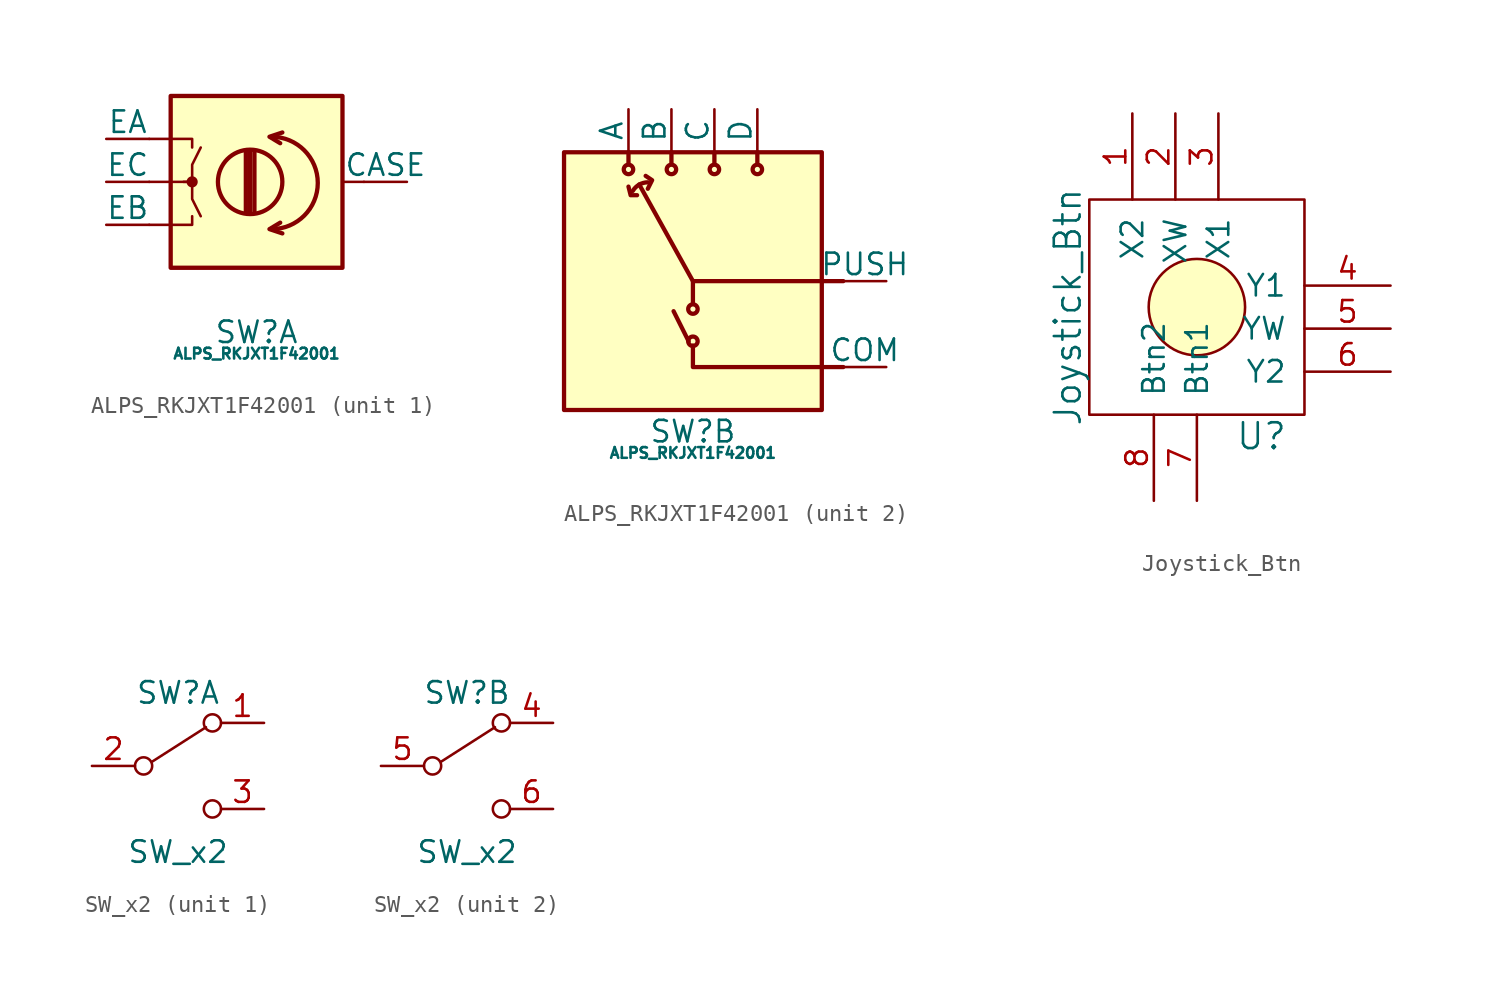
<source format=kicad_sym>
(kicad_symbol_lib
  (version 20211014)
  (generator kicad_symbol_editor)
  (symbol "ALPS_RKJXT1F42001"
    (pin_numbers hide)
    (pin_names
      (offset 0))
    (property "Reference" "SW"
      (at 0 -8.89 0)
      (effects (font (size 1.27 1.27))))
    (property "Value" "ALPS_RKJXT1F42001"
      (at 0 -10.16 0)
      (effects (font (size 0.635 0.635))))
    (property "ki_locked" ""
      (at 0 0 0)
      (effects (font (size 1.27 1.27))))
    (symbol "ALPS_RKJXT1F42001_1_1"
      (rectangle (start -5.08 5.08) (end 5.08 -5.08) (stroke (width 0.254) (type default) (color 0 0 0 0)) (fill (type background)))
      (circle (center -3.81 0) (radius 0.254) (stroke (width 0) (type default) (color 0 0 0 0)) (fill (type outline)))
      (circle (center -0.381 0) (radius 1.905) (stroke (width 0.254) (type default) (color 0 0 0 0)) (fill (type none)))
      (polyline (pts (xy -0.635 -1.778) (xy -0.635 1.778)) (stroke (width 0.254) (type default) (color 0 0 0 0)) (fill (type none)))
      (polyline (pts (xy -0.381 -1.778) (xy -0.381 1.778)) (stroke (width 0.254) (type default) (color 0 0 0 0)) (fill (type none)))
      (polyline (pts (xy -0.127 1.778) (xy -0.127 -1.778)) (stroke (width 0.254) (type default) (color 0 0 0 0)) (fill (type none)))
      (polyline (pts (xy 6.35 0) (xy 5.08 0)) (stroke (width 0) (type default) (color 0 0 0 0)) (fill (type none)))
      (polyline (pts (xy -6.35 -2.54) (xy -3.81 -2.54) (xy -3.81 -2.032)) (stroke (width 0) (type default) (color 0 0 0 0)) (fill (type none)))
      (polyline (pts (xy -6.35 2.54) (xy -3.81 2.54) (xy -3.81 2.032)) (stroke (width 0) (type default) (color 0 0 0 0)) (fill (type none)))
      (polyline (pts (xy 1.524 -3.048) (xy 0.762 -2.794) (xy 1.397 -2.413)) (stroke (width 0.254) (type default) (color 0 0 0 0)) (fill (type none)))
      (polyline (pts (xy 1.524 2.921) (xy 0.762 2.667) (xy 1.397 2.286)) (stroke (width 0.254) (type default) (color 0 0 0 0)) (fill (type none)))
      (polyline (pts (xy -6.35 0) (xy -3.81 0) (xy -3.81 -1.016) (xy -3.302 -2.032)) (stroke (width 0) (type default) (color 0 0 0 0)) (fill (type none)))
      (polyline (pts (xy -4.318 0) (xy -3.81 0) (xy -3.81 1.016) (xy -3.302 2.032)) (stroke (width 0) (type default) (color 0 0 0 0)) (fill (type none)))
      (arc (start 0.889 -2.794) (mid 3.6322 -0.0508) (end 0.889 2.667) (stroke (width 0.254) (type default) (color 0 0 0 0)) (fill (type none)))
      (pin passive line (at 8.89 0 180) (length 2.54) (name "CASE" (effects (font (size 1.27 1.27)))) (number "CASE" (effects (font (size 1.27 1.27)))))
      (pin passive line (at -8.89 2.54 0) (length 2.54) (name "EA" (effects (font (size 1.27 1.27)))) (number "EA" (effects (font (size 1.27 1.27)))))
      (pin passive line (at -8.89 -2.54 0) (length 2.54) (name "EB" (effects (font (size 1.27 1.27)))) (number "EB" (effects (font (size 1.27 1.27)))))
      (pin passive line (at -8.89 0 0) (length 2.54) (name "EC" (effects (font (size 1.27 1.27)))) (number "EC" (effects (font (size 1.27 1.27))))))
    (symbol "ALPS_RKJXT1F42001_2_1"
      (circle (center -3.81 6.604) (radius 0.279) (stroke (width 0.254) (type default) (color 0 0 0 0)) (fill (type none)))
      (arc (start -2.667 5.842) (mid -3.177 5.7047) (end -3.556 5.334) (stroke (width 0.254) (type default) (color 0 0 0 0)) (fill (type none)))
      (circle (center -1.27 6.604) (radius 0.279) (stroke (width 0.254) (type default) (color 0 0 0 0)) (fill (type none)))
      (circle (center 0 -3.556) (radius 0.279) (stroke (width 0.254) (type default) (color 0 0 0 0)) (fill (type none)))
      (circle (center 0 -1.651) (radius 0.279) (stroke (width 0.254) (type default) (color 0 0 0 0)) (fill (type none)))
      (polyline (pts (xy -3.81 7.62) (xy -3.81 6.985)) (stroke (width 0.254) (type default) (color 0 0 0 0)) (fill (type none)))
      (polyline (pts (xy -1.27 7.62) (xy -1.27 6.985)) (stroke (width 0.254) (type default) (color 0 0 0 0)) (fill (type none)))
      (polyline (pts (xy -0.254 -3.556) (xy -1.143 -1.778)) (stroke (width 0.254) (type default) (color 0 0 0 0)) (fill (type none)))
      (polyline (pts (xy 0 0) (xy 0 -1.27)) (stroke (width 0.254) (type default) (color 0 0 0 0)) (fill (type none)))
      (polyline (pts (xy 1.27 7.62) (xy 1.27 6.985)) (stroke (width 0.254) (type default) (color 0 0 0 0)) (fill (type none)))
      (polyline (pts (xy 3.81 7.62) (xy 3.81 6.985)) (stroke (width 0.254) (type default) (color 0 0 0 0)) (fill (type none)))
      (polyline (pts (xy 8.89 -5.08) (xy 7.62 -5.08)) (stroke (width 0.254) (type default) (color 0 0 0 0)) (fill (type none)))
      (polyline (pts (xy 8.89 0) (xy 7.62 0)) (stroke (width 0.254) (type default) (color 0 0 0 0)) (fill (type none)))
      (polyline (pts (xy -3.81 5.588) (xy -3.683 5.08) (xy -3.302 5.08)) (stroke (width 0.254) (type default) (color 0 0 0 0)) (fill (type none)))
      (polyline (pts (xy -2.794 6.223) (xy -2.413 5.969) (xy -2.667 5.461)) (stroke (width 0.254) (type default) (color 0 0 0 0)) (fill (type none)))
      (polyline (pts (xy 7.62 -5.08) (xy 0 -5.08) (xy 0 -3.81)) (stroke (width 0.254) (type default) (color 0 0 0 0)) (fill (type none)))
      (polyline (pts (xy 7.62 0) (xy 0 0) (xy -3.175 5.715)) (stroke (width 0.254) (type default) (color 0 0 0 0)) (fill (type none)))
      (circle (center 1.27 6.604) (radius 0.279) (stroke (width 0.254) (type default) (color 0 0 0 0)) (fill (type none)))
      (circle (center 3.81 6.604) (radius 0.279) (stroke (width 0.254) (type default) (color 0 0 0 0)) (fill (type none)))
      (rectangle (start 7.62 -7.62) (end -7.62 7.62) (stroke (width 0.254) (type default) (color 0 0 0 0)) (fill (type background)))
      (pin passive line (at -3.81 10.16 270) (length 2.54) (name "A" (effects (font (size 1.27 1.27)))) (number "A" (effects (font (size 1.27 1.27)))))
      (pin passive line (at -1.27 10.16 270) (length 2.54) (name "B" (effects (font (size 1.27 1.27)))) (number "B" (effects (font (size 1.27 1.27)))))
      (pin passive line (at 1.27 10.16 270) (length 2.54) (name "C" (effects (font (size 1.27 1.27)))) (number "C" (effects (font (size 1.27 1.27)))))
      (pin passive line (at 11.43 -5.08 180) (length 2.54) (name "COM" (effects (font (size 1.27 1.27)))) (number "COM" (effects (font (size 1.27 1.27)))))
      (pin passive line (at 3.81 10.16 270) (length 2.54) (name "D" (effects (font (size 1.27 1.27)))) (number "D" (effects (font (size 1.27 1.27)))))
      (pin passive line (at 11.43 0 180) (length 2.54) (name "PUSH" (effects (font (size 1.27 1.27)))) (number "P" (effects (font (size 1.27 1.27)))))))
  (symbol "Joystick_Btn"
    (pin_names
      (offset 1.016))
    (property "Reference" "U"
      (at 3.81 -7.62 0)
      (effects (font (size 1.524 1.524))))
    (property "Value" "Joystick_Btn"
      (at -7.62 0 90)
      (effects (font (size 1.524 1.524))))
    (symbol "Joystick_Btn_0_1"
      (circle (center 0 0) (radius 2.845) (stroke (width 0) (type default) (color 0 0 0 0)) (fill (type background)))
      (rectangle (start 6.35 6.35) (end -6.35 -6.35) (stroke (width 0) (type default) (color 0 0 0 0)) (fill (type none))))
    (symbol "Joystick_Btn_1_1"
      (pin passive line (at -3.81 11.43 270) (length 5.08) (name "X2" (effects (font (size 1.27 1.27)))) (number "1" (effects (font (size 1.27 1.27)))))
      (pin passive line (at -1.27 11.43 270) (length 5.08) (name "XW" (effects (font (size 1.27 1.27)))) (number "2" (effects (font (size 1.27 1.27)))))
      (pin passive line (at 1.27 11.43 270) (length 5.08) (name "X1" (effects (font (size 1.27 1.27)))) (number "3" (effects (font (size 1.27 1.27)))))
      (pin passive line (at 11.43 1.27 180) (length 5.08) (name "Y1" (effects (font (size 1.27 1.27)))) (number "4" (effects (font (size 1.27 1.27)))))
      (pin passive line (at 11.43 -1.27 180) (length 5.08) (name "YW" (effects (font (size 1.27 1.27)))) (number "5" (effects (font (size 1.27 1.27)))))
      (pin passive line (at 11.43 -3.81 180) (length 5.08) (name "Y2" (effects (font (size 1.27 1.27)))) (number "6" (effects (font (size 1.27 1.27)))))
      (pin passive line (at 0 -11.43 90) (length 5.08) (name "Btn1" (effects (font (size 1.27 1.27)))) (number "7" (effects (font (size 1.27 1.27)))))
      (pin passive line (at -2.54 -11.43 90) (length 5.08) (name "Btn2" (effects (font (size 1.27 1.27)))) (number "8" (effects (font (size 1.27 1.27)))))))
  (symbol "SW_x2"
    (pin_names
      (offset 0) hide)
    (property "Reference" "SW"
      (at 0 4.318 0)
      (effects (font (size 1.27 1.27))))
    (property "Value" "SW_x2"
      (at 0 -5.08 0)
      (effects (font (size 1.27 1.27))))
    (symbol "SW_x2_0_0"
      (circle (center -2.032 0) (radius 0.508) (stroke (width 0) (type default) (color 0 0 0 0)) (fill (type none)))
      (circle (center 2.032 -2.54) (radius 0.508) (stroke (width 0) (type default) (color 0 0 0 0)) (fill (type none))))
    (symbol "SW_x2_0_1"
      (polyline (pts (xy -1.524 0.254) (xy 1.651 2.286)) (stroke (width 0) (type default) (color 0 0 0 0)) (fill (type none)))
      (circle (center 2.032 2.54) (radius 0.508) (stroke (width 0) (type default) (color 0 0 0 0)) (fill (type none))))
    (symbol "SW_x2_1_1"
      (pin passive line (at 5.08 2.54 180) (length 2.54) (name "A" (effects (font (size 1.27 1.27)))) (number "1" (effects (font (size 1.27 1.27)))))
      (pin passive line (at -5.08 0 0) (length 2.54) (name "B" (effects (font (size 1.27 1.27)))) (number "2" (effects (font (size 1.27 1.27)))))
      (pin passive line (at 5.08 -2.54 180) (length 2.54) (name "C" (effects (font (size 1.27 1.27)))) (number "3" (effects (font (size 1.27 1.27))))))
    (symbol "SW_x2_2_1"
      (pin passive line (at 5.08 2.54 180) (length 2.54) (name "A" (effects (font (size 1.27 1.27)))) (number "4" (effects (font (size 1.27 1.27)))))
      (pin passive line (at -5.08 0 0) (length 2.54) (name "B" (effects (font (size 1.27 1.27)))) (number "5" (effects (font (size 1.27 1.27)))))
      (pin passive line (at 5.08 -2.54 180) (length 2.54) (name "C" (effects (font (size 1.27 1.27)))) (number "6" (effects (font (size 1.27 1.27))))))))
</source>
